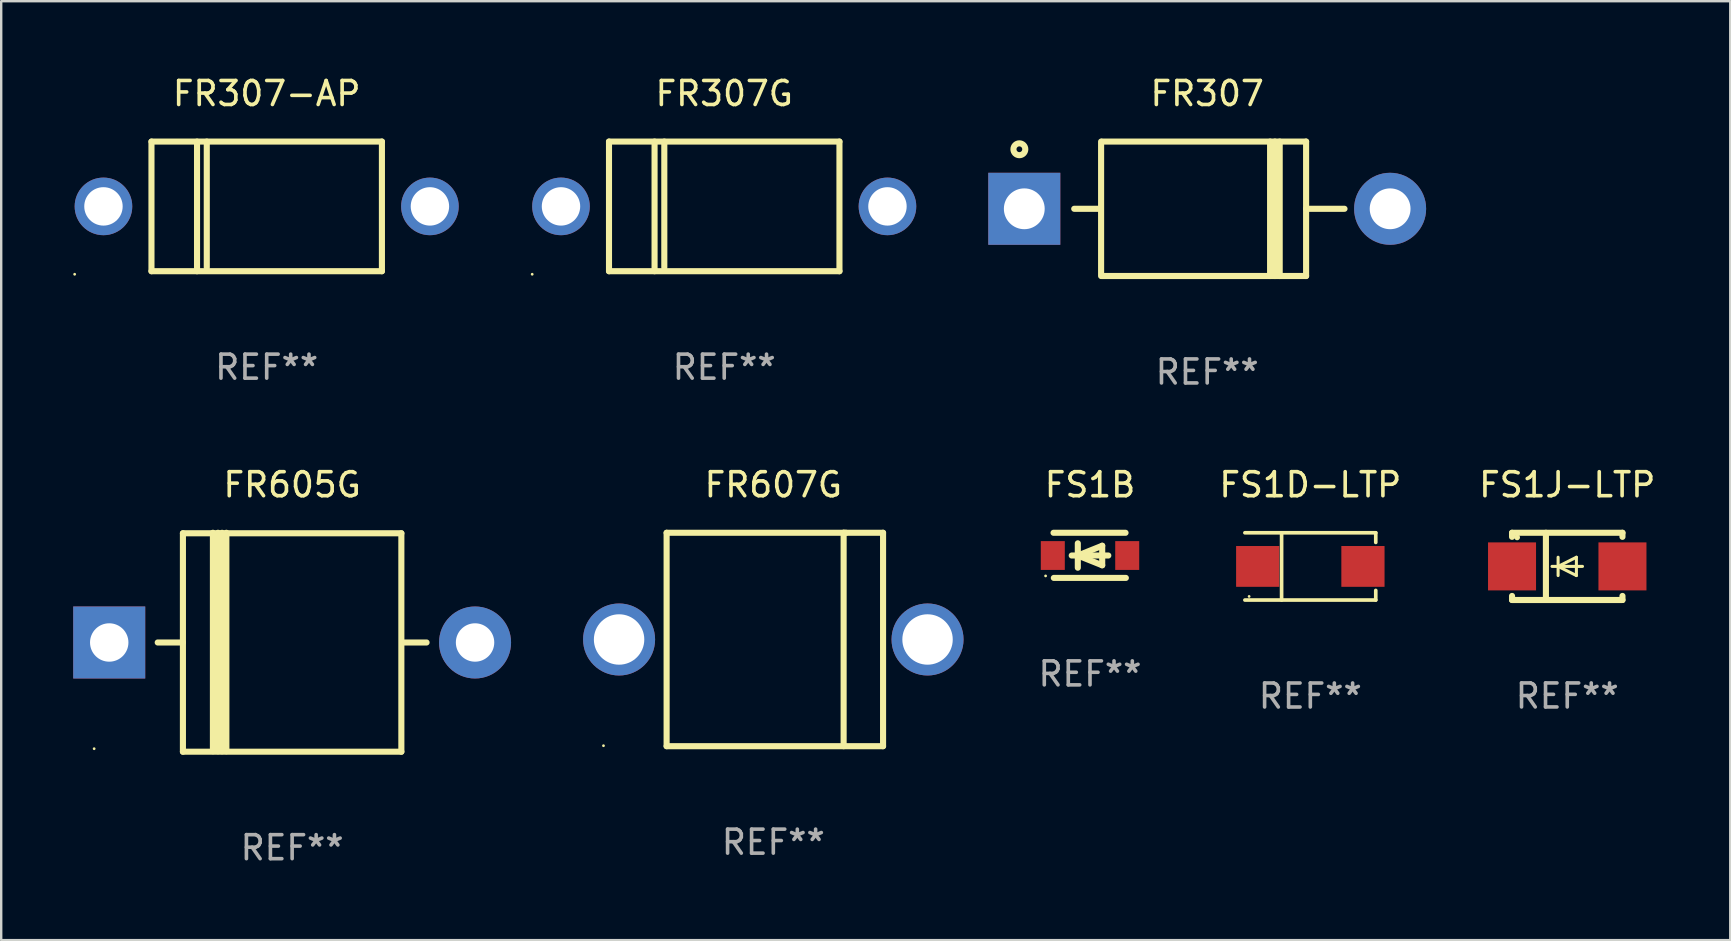
<source format=kicad_pcb>
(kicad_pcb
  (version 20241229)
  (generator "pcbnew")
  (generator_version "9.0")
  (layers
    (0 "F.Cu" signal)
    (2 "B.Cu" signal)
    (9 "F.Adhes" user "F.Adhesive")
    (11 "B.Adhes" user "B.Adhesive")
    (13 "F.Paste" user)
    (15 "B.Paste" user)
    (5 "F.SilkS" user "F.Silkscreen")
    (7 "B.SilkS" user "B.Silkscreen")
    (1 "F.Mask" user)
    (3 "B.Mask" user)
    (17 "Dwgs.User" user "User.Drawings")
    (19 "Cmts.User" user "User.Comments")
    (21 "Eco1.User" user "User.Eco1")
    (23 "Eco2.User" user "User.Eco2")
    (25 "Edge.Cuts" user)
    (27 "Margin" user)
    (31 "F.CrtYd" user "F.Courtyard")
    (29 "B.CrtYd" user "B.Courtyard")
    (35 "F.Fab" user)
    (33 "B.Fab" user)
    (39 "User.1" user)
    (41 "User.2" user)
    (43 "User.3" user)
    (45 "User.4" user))
  (footprint "FS1J-LTP"
    (layer "F.Cu")
    (at 62.239 20.545)
    (property "Reference" "FS1J-LTP" (at 0 -3.4 0) (layer "F.SilkS") (effects (font (size 1 1) (thickness 0.15))))
    (attr through_hole)
    (fp_line (start -2.3 -1.4) (end -2.3 -1.231) (stroke (width 0.254) (type solid)) (layer "F.SilkS"))
    (fp_line (start -2.3 -1.4) (end 2.3 -1.4) (stroke (width 0.254) (type solid)) (layer "F.SilkS"))
    (fp_line (start -2.3 1.231) (end -2.3 1.4) (stroke (width 0.254) (type solid)) (layer "F.SilkS"))
    (fp_line (start -2.3 1.4) (end 2.3 1.4) (stroke (width 0.254) (type solid)) (layer "F.SilkS"))
    (fp_line (start -0.889 1.4) (end -0.889 -1.4) (stroke (width 0.254) (type solid)) (layer "F.SilkS"))
    (fp_line (start -0.381 0) (end -0.381 -0.381) (stroke (width 0.127) (type solid)) (layer "F.SilkS"))
    (fp_line (start -0.381 0) (end -0.381 0.381) (stroke (width 0.127) (type solid)) (layer "F.SilkS"))
    (fp_line (start 0.381 -0.381) (end -0.381 0) (stroke (width 0.127) (type solid)) (layer "F.SilkS"))
    (fp_line (start 0.381 0) (end 0.381 -0.381) (stroke (width 0.127) (type solid)) (layer "F.SilkS"))
    (fp_line (start 0.381 0) (end 0.381 0.381) (stroke (width 0.127) (type solid)) (layer "F.SilkS"))
    (fp_line (start 0.381 0.381) (end -0.381 0) (stroke (width 0.127) (type solid)) (layer "F.SilkS"))
    (fp_line (start 0.635 0) (end -0.635 0) (stroke (width 0.127) (type solid)) (layer "F.SilkS"))
    (fp_line (start 2.3 -1.4) (end 2.3 -1.231) (stroke (width 0.254) (type solid)) (layer "F.SilkS"))
    (fp_line (start 2.3 1.231) (end 2.3 1.4) (stroke (width 0.254) (type solid)) (layer "F.SilkS"))
    (fp_circle (center -2.088 -1.208) (end -2.028 -1.208) (stroke (width 0.12) (type solid)) (fill no) (layer "F.SilkS"))
    (fp_text user "REF**" (at 0 5.4 0) (layer "F.Fab") (effects (font (size 1 1) (thickness 0.15))))
    (pad "1" smd rect (at -2.3 0 180) (size 2 2) (layers "F.Cu" "F.Mask" "F.Paste"))
    (pad "2" smd rect (at 2.3 0 180) (size 2 2) (layers "F.Cu" "F.Mask" "F.Paste")))
  (footprint "FS1B"
    (layer "F.Cu")
    (at 42.358 20.085)
    (property "Reference" "FS1B" (at 0 -2.94 0) (layer "F.SilkS") (effects (font (size 1 1) (thickness 0.15))))
    (attr through_hole)
    (fp_line (start -1.52 -0.94) (end 1.48 -0.94) (stroke (width 0.254) (type solid)) (layer "F.SilkS"))
    (fp_line (start -1.507 0.94) (end 1.493 0.94) (stroke (width 0.254) (type solid)) (layer "F.SilkS"))
    (fp_line (start -0.762 0.007) (end 0.762 0.007) (stroke (width 0.254) (type solid)) (layer "F.SilkS"))
    (fp_line (start -0.508 -0.501) (end -0.508 0.515) (stroke (width 0.254) (type solid)) (layer "F.SilkS"))
    (fp_line (start -0.508 0.007) (end 0.508 -0.4) (stroke (width 0.254) (type solid)) (layer "F.SilkS"))
    (fp_line (start 0.508 -0.4) (end 0.508 0.413) (stroke (width 0.254) (type solid)) (layer "F.SilkS"))
    (fp_line (start 0.508 0.413) (end -0.508 0.007) (stroke (width 0.254) (type solid)) (layer "F.SilkS"))
    (fp_circle (center -1.85 0.857) (end -1.82 0.857) (stroke (width 0.06) (type solid)) (fill no) (layer "F.SilkS"))
    (fp_text user "REF**" (at 0 4.94 0) (layer "F.Fab") (effects (font (size 1 1) (thickness 0.15))))
    (pad "1" smd rect (at -1.55 0.007) (size 1 1.2) (layers "F.Cu" "F.Mask" "F.Paste"))
    (pad "2" smd rect (at 1.55 0.007) (size 1 1.2) (layers "F.Cu" "F.Mask" "F.Paste")))
  (footprint "FR607G"
    (layer "F.Cu")
    (at 29.165 23.59)
    (property "Reference" "FR607G" (at 0 -6.445 0) (layer "F.SilkS") (effects (font (size 1 1) (thickness 0.15))))
    (attr through_hole)
    (fp_line (start -4.445 -4.445) (end -4.445 4.445) (stroke (width 0.254) (type solid)) (layer "F.SilkS"))
    (fp_line (start -4.445 4.445) (end 4.572 4.445) (stroke (width 0.254) (type solid)) (layer "F.SilkS"))
    (fp_line (start 2.929 -4.445) (end 2.929 4.445) (stroke (width 0.254) (type solid)) (layer "F.SilkS"))
    (fp_line (start 3.029 -4.445) (end 2.929 -4.445) (stroke (width 0.254) (type solid)) (layer "F.SilkS"))
    (fp_line (start 4.572 -4.445) (end -4.445 -4.445) (stroke (width 0.254) (type solid)) (layer "F.SilkS"))
    (fp_line (start 4.572 4.445) (end 4.572 -4.445) (stroke (width 0.254) (type solid)) (layer "F.SilkS"))
    (fp_circle (center -7.075 4.425) (end -7.045 4.425) (stroke (width 0.06) (type solid)) (fill no) (layer "F.SilkS"))
    (fp_text user "REF**" (at 0 8.445 0) (layer "F.Fab") (effects (font (size 1 1) (thickness 0.15))))
    (pad "1" thru_hole circle (at -6.425 0) (size 3 3) (drill 2.1) (layers "*.Cu" "*.Mask"))
    (pad "2" thru_hole circle (at 6.425 0) (size 3 3) (drill 2.1) (layers "*.Cu" "*.Mask")))
  (footprint "FR307"
    (layer "F.Cu")
    (at 47.24 5.648)
    (property "Reference" "FR307" (at 0 -4.8 0) (layer "F.SilkS") (effects (font (size 1 1) (thickness 0.15))))
    (attr through_hole)
    (fp_line (start -5.54 0) (end -4.44 0) (stroke (width 0.254) (type solid)) (layer "F.SilkS"))
    (fp_line (start -4.42 2.8) (end -4.42 -2.8) (stroke (width 0.254) (type solid)) (layer "F.SilkS"))
    (fp_line (start -4.38 -2.8) (end 4.12 -2.8) (stroke (width 0.254) (type solid)) (layer "F.SilkS"))
    (fp_line (start 2.62 -2.8) (end 2.62 2.8) (stroke (width 0.254) (type solid)) (layer "F.SilkS"))
    (fp_line (start 2.82 -2.8) (end 2.82 2.8) (stroke (width 0.254) (type solid)) (layer "F.SilkS"))
    (fp_line (start 3.02 -2.8) (end 3.02 2.8) (stroke (width 0.254) (type solid)) (layer "F.SilkS"))
    (fp_line (start 4.12 -2.8) (end 4.12 2.8) (stroke (width 0.254) (type solid)) (layer "F.SilkS"))
    (fp_line (start 4.12 0) (end 5.72 0) (stroke (width 0.254) (type solid)) (layer "F.SilkS"))
    (fp_line (start 4.12 2.8) (end -4.38 2.8) (stroke (width 0.254) (type solid)) (layer "F.SilkS"))
    (fp_circle (center -7.825 -2.48) (end -7.705 -2.48) (stroke (width 0.254) (type solid)) (fill no) (layer "F.SilkS"))
    (fp_text user "REF**" (at 0 6.8 0) (layer "F.Fab") (effects (font (size 1 1) (thickness 0.15))))
    (pad "1" thru_hole rect (at -7.62 0 180) (size 3 3) (drill 1.7) (layers "*.Cu" "*.Mask"))
    (pad "2" thru_hole circle (at 7.62 0) (size 3 3) (drill 1.7) (layers "*.Cu" "*.Mask")))
  (footprint "FR307-AP"
    (layer "F.Cu")
    (at 8.06 5.548)
    (property "Reference" "FR307-AP" (at 0 -4.7 0) (layer "F.SilkS") (effects (font (size 1 1) (thickness 0.15))))
    (attr through_hole)
    (fp_line (start -4.8 -2.7) (end -4.8 2.7) (stroke (width 0.254) (type solid)) (layer "F.SilkS"))
    (fp_line (start -4.8 -2.7) (end 4.8 -2.7) (stroke (width 0.254) (type solid)) (layer "F.SilkS"))
    (fp_line (start -2.902 -2.7) (end -2.902 2.7) (stroke (width 0.254) (type solid)) (layer "F.SilkS"))
    (fp_line (start -2.496 -2.7) (end -2.496 2.54) (stroke (width 0.254) (type solid)) (layer "F.SilkS"))
    (fp_line (start 4.8 -2.7) (end 4.8 2.7) (stroke (width 0.254) (type solid)) (layer "F.SilkS"))
    (fp_line (start 4.8 2.7) (end -4.8 2.7) (stroke (width 0.254) (type solid)) (layer "F.SilkS"))
    (fp_circle (center -8 2.827) (end -7.97 2.827) (stroke (width 0.06) (type solid)) (fill no) (layer "F.SilkS"))
    (fp_text user "REF**" (at 0 6.7 0) (layer "F.Fab") (effects (font (size 1 1) (thickness 0.15))))
    (pad "1" thru_hole circle (at -6.8 0) (size 2.4 2.4) (drill 1.6) (layers "*.Cu" "*.Mask"))
    (pad "2" thru_hole circle (at 6.8 0) (size 2.4 2.4) (drill 1.6) (layers "*.Cu" "*.Mask")))
  (footprint "FS1D-LTP"
    (layer "F.Cu")
    (at 51.536 20.546)
    (property "Reference" "FS1D-LTP" (at 0 -3.401 0) (layer "F.SilkS") (effects (font (size 1 1) (thickness 0.15))))
    (attr through_hole)
    (fp_line (start -2.726 -1.401) (end 2.726 -1.401) (stroke (width 0.152) (type solid)) (layer "F.SilkS"))
    (fp_line (start -2.726 1.401) (end 2.726 1.401) (stroke (width 0.152) (type solid)) (layer "F.SilkS"))
    (fp_line (start -1.197 -1.401) (end -1.197 1.401) (stroke (width 0.152) (type solid)) (layer "F.SilkS"))
    (fp_line (start 2.726 -1.401) (end 2.726 -1) (stroke (width 0.152) (type solid)) (layer "F.SilkS"))
    (fp_line (start 2.726 1.401) (end 2.726 1) (stroke (width 0.152) (type solid)) (layer "F.SilkS"))
    (fp_circle (center -2.55 1.25) (end -2.52 1.25) (stroke (width 0.06) (type solid)) (fill no) (layer "F.SilkS"))
    (fp_text user "REF**" (at 0 5.401 0) (layer "F.Fab") (effects (font (size 1 1) (thickness 0.15))))
    (pad "1" smd rect (at -2.192 0) (size 1.8 1.7) (layers "F.Cu" "F.Mask" "F.Paste"))
    (pad "2" smd rect (at 2.192 0) (size 1.8 1.7) (layers "F.Cu" "F.Mask" "F.Paste")))
  (footprint "FR307G"
    (layer "F.Cu")
    (at 27.12 5.548)
    (property "Reference" "FR307G" (at 0 -4.7 0) (layer "F.SilkS") (effects (font (size 1 1) (thickness 0.15))))
    (attr through_hole)
    (fp_line (start -4.8 -2.7) (end -4.8 2.7) (stroke (width 0.254) (type solid)) (layer "F.SilkS"))
    (fp_line (start -4.8 -2.7) (end 4.8 -2.7) (stroke (width 0.254) (type solid)) (layer "F.SilkS"))
    (fp_line (start -2.902 -2.7) (end -2.902 2.7) (stroke (width 0.254) (type solid)) (layer "F.SilkS"))
    (fp_line (start -2.496 -2.7) (end -2.496 2.54) (stroke (width 0.254) (type solid)) (layer "F.SilkS"))
    (fp_line (start 4.8 -2.7) (end 4.8 2.7) (stroke (width 0.254) (type solid)) (layer "F.SilkS"))
    (fp_line (start 4.8 2.7) (end -4.8 2.7) (stroke (width 0.254) (type solid)) (layer "F.SilkS"))
    (fp_circle (center -8 2.827) (end -7.97 2.827) (stroke (width 0.06) (type solid)) (fill no) (layer "F.SilkS"))
    (fp_text user "REF**" (at 0 6.7 0) (layer "F.Fab") (effects (font (size 1 1) (thickness 0.15))))
    (pad "1" thru_hole circle (at -6.8 0) (size 2.4 2.4) (drill 1.6) (layers "*.Cu" "*.Mask"))
    (pad "2" thru_hole circle (at 6.8 0) (size 2.4 2.4) (drill 1.6) (layers "*.Cu" "*.Mask")))
  (footprint "FR605G"
    (layer "F.Cu")
    (at 9.12 23.705)
    (property "Reference" "FR605G" (at 0 -6.56 0) (layer "F.SilkS") (effects (font (size 1 1) (thickness 0.15))))
    (attr through_hole)
    (fp_line (start -5.6 0.01) (end -4.55 0.01) (stroke (width 0.254) (type solid)) (layer "F.SilkS"))
    (fp_line (start -4.55 -4.54) (end -4.55 4.56) (stroke (width 0.254) (type solid)) (layer "F.SilkS"))
    (fp_line (start -4.55 -4.54) (end 4.55 -4.54) (stroke (width 0.254) (type solid)) (layer "F.SilkS"))
    (fp_line (start -3.3 4.54) (end -3.3 -4.56) (stroke (width 0.254) (type solid)) (layer "F.SilkS"))
    (fp_line (start -3.09 4.54) (end -3.09 -4.56) (stroke (width 0.254) (type solid)) (layer "F.SilkS"))
    (fp_line (start -2.919 4.541) (end -2.919 -4.559) (stroke (width 0.254) (type solid)) (layer "F.SilkS"))
    (fp_line (start -2.74 4.54) (end -2.74 -4.56) (stroke (width 0.254) (type solid)) (layer "F.SilkS"))
    (fp_line (start 4.55 4.56) (end 4.55 -4.54) (stroke (width 0.254) (type solid)) (layer "F.SilkS"))
    (fp_line (start 4.55 4.56) (end -4.55 4.56) (stroke (width 0.254) (type solid)) (layer "F.SilkS"))
    (fp_line (start 4.58 0.01) (end 5.6 0.01) (stroke (width 0.254) (type solid)) (layer "F.SilkS"))
    (fp_circle (center -8.248 4.435) (end -8.218 4.435) (stroke (width 0.06) (type solid)) (fill no) (layer "F.SilkS"))
    (fp_text user "REF**" (at 0 8.56 0) (layer "F.Fab") (effects (font (size 1 1) (thickness 0.15))))
    (pad "1" thru_hole rect (at -7.62 0.01 180) (size 3 3) (drill 1.6) (layers "*.Cu" "*.Mask"))
    (pad "2" thru_hole circle (at 7.62 0.01) (size 3 3) (drill 1.6) (layers "*.Cu" "*.Mask")))
  (gr_rect
    (start -3 -3)
    (end 69.03 36.113)
    (stroke (width 0.1) (type default))
    (fill no)
    (layer "Edge.Cuts")))
</source>
